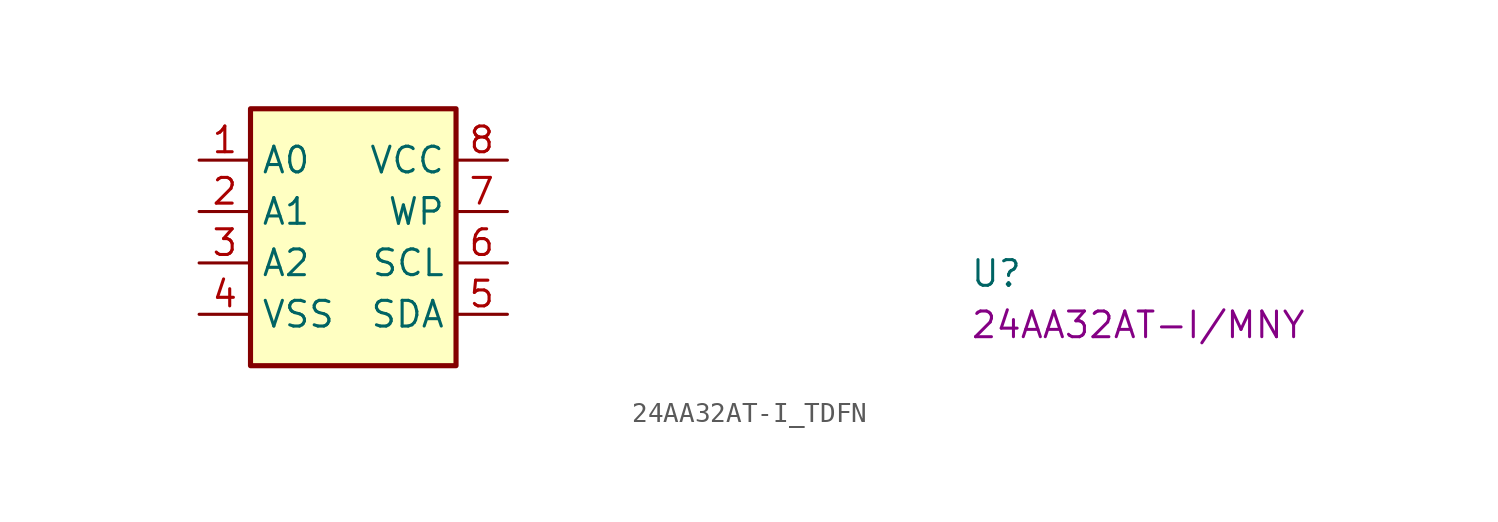
<source format=kicad_sym>
(kicad_symbol_lib
  (version 20220914)
  (generator kicad_symbol_editor)
  (symbol "24AA32AT-I_TDFN"
    (property "Reference" "U"
      (at 38.1 -6.35 0)
      (effects (font (size 1.27 1.27) (thickness 0.15)) (justify left bottom)))
    (property "MPN" "24AA32AT-I/MNY"
      (at 38.1 -8.89 0)
      (effects (font (size 1.27 1.27) (thickness 0.15)) (justify left bottom)))
    (symbol "24AA32AT-I_TDFN_1_1"
      (rectangle (start 2.54 2.54) (end 12.7 -10.16) (stroke (width 0.254) (type default)) (fill (type background)))
      (pin input line (at 0 0 0) (length 2.54) (name "A0" (effects (font (size 1.27 1.27)))) (number "1" (effects (font (size 1.27 1.27)))))
      (pin input line (at 0 -2.54 0) (length 2.54) (name "A1" (effects (font (size 1.27 1.27)))) (number "2" (effects (font (size 1.27 1.27)))))
      (pin input line (at 0 -5.08 0) (length 2.54) (name "A2" (effects (font (size 1.27 1.27)))) (number "3" (effects (font (size 1.27 1.27)))))
      (pin power_in line (at 0 -7.62 0) (length 2.54) (name "VSS" (effects (font (size 1.27 1.27)))) (number "4" (effects (font (size 1.27 1.27)))))
      (pin input line (at 15.24 -7.62 180) (length 2.54) (name "SDA" (effects (font (size 1.27 1.27)))) (number "5" (effects (font (size 1.27 1.27)))))
      (pin input line (at 15.24 -5.08 180) (length 2.54) (name "SCL" (effects (font (size 1.27 1.27)))) (number "6" (effects (font (size 1.27 1.27)))))
      (pin input line (at 15.24 -2.54 180) (length 2.54) (name "WP" (effects (font (size 1.27 1.27)))) (number "7" (effects (font (size 1.27 1.27)))))
      (pin power_in line (at 15.24 0 180) (length 2.54) (name "VCC" (effects (font (size 1.27 1.27)))) (number "8" (effects (font (size 1.27 1.27))))))))
</source>
